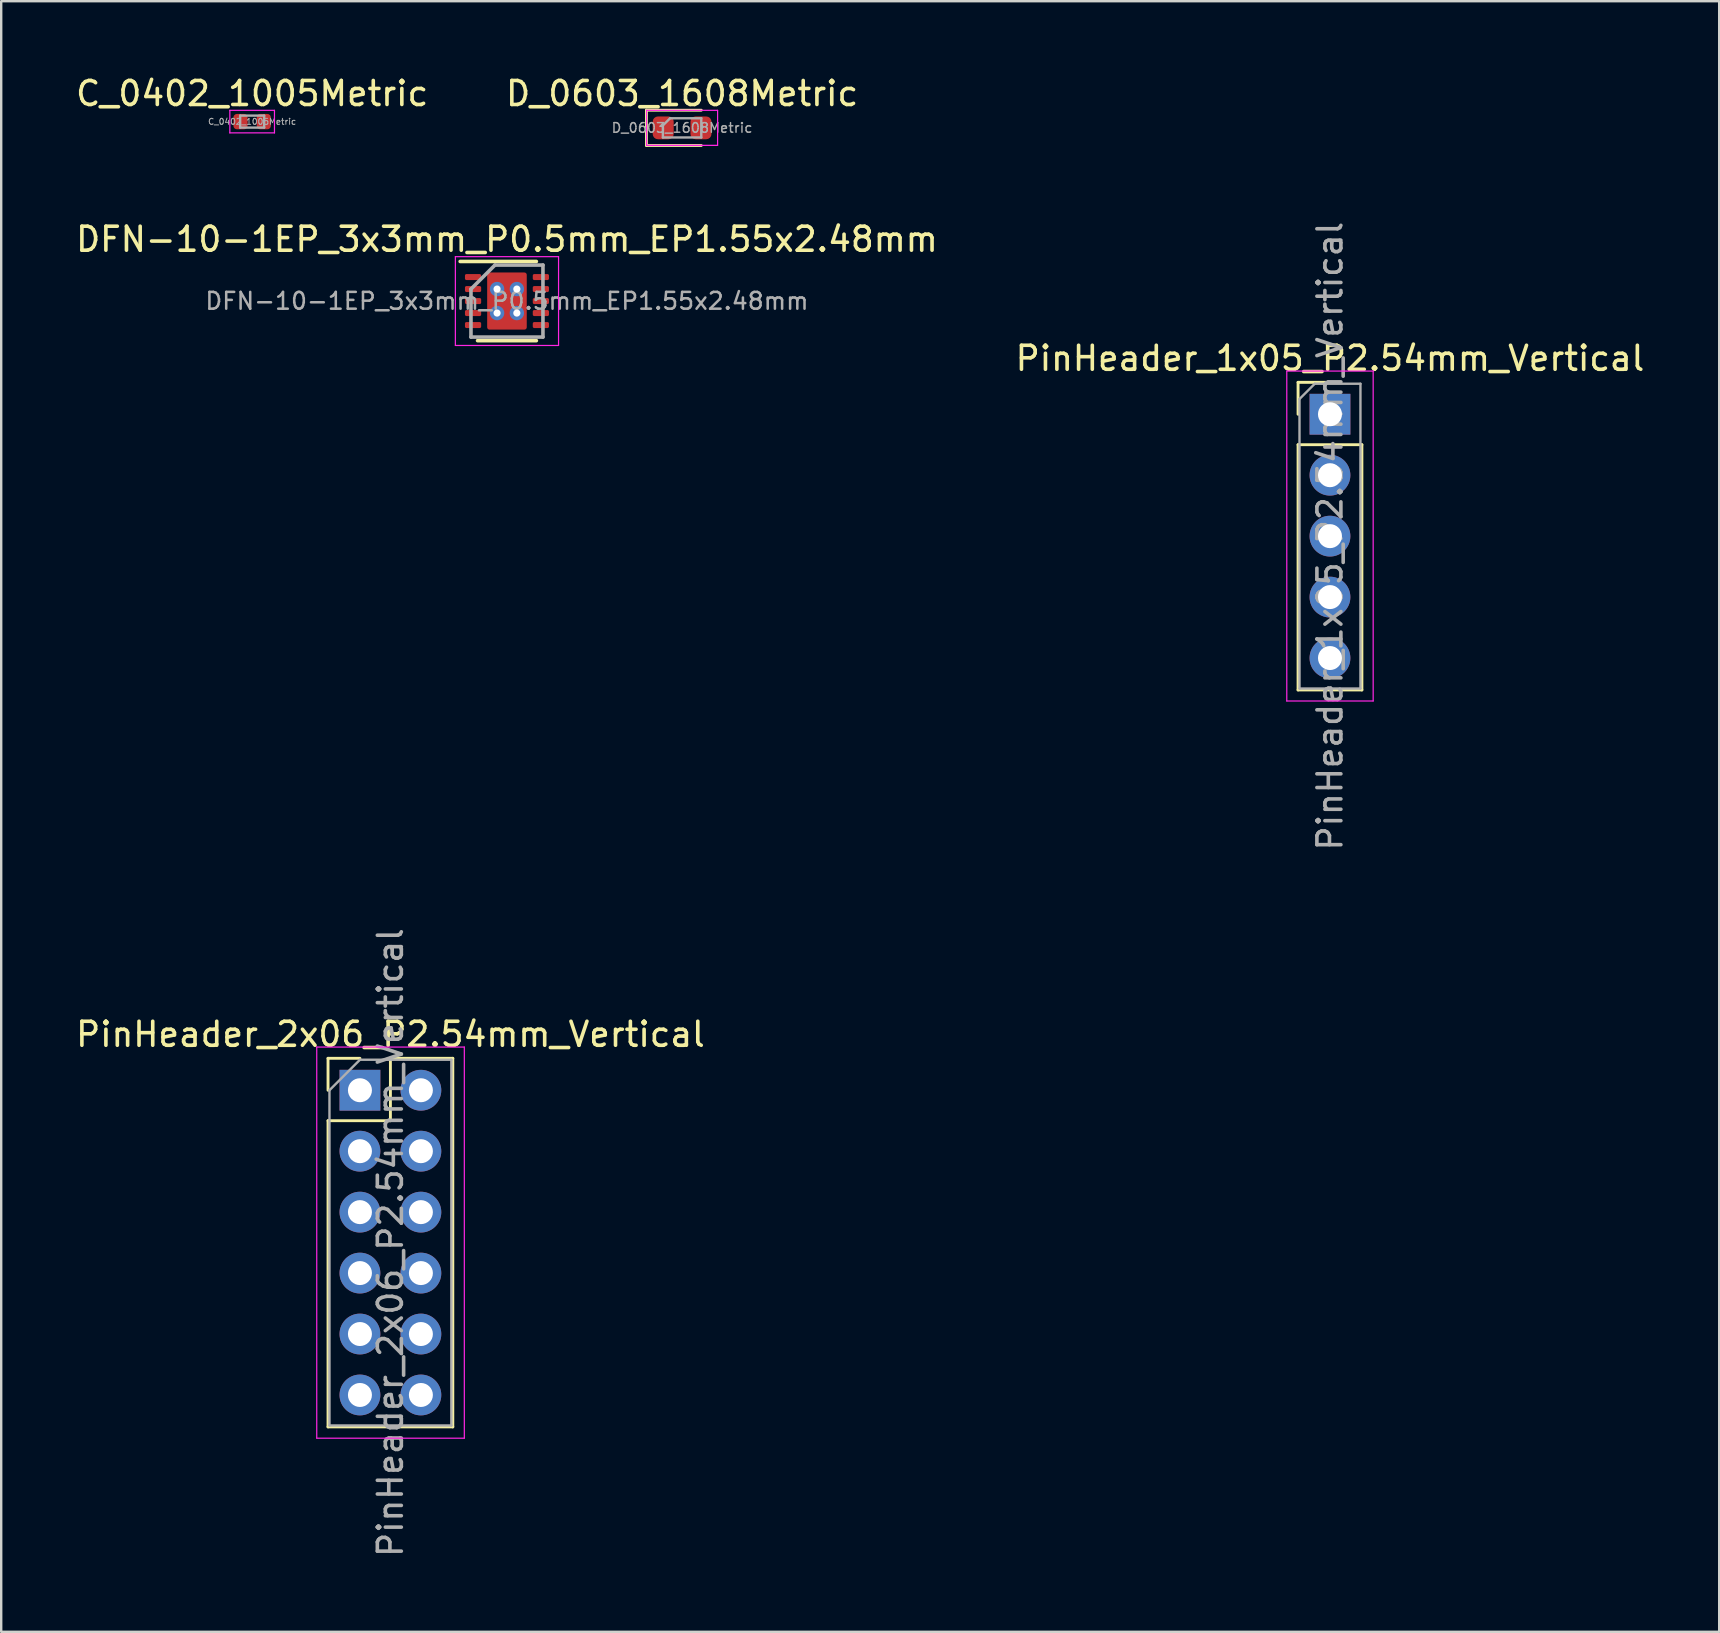
<source format=kicad_pcb>
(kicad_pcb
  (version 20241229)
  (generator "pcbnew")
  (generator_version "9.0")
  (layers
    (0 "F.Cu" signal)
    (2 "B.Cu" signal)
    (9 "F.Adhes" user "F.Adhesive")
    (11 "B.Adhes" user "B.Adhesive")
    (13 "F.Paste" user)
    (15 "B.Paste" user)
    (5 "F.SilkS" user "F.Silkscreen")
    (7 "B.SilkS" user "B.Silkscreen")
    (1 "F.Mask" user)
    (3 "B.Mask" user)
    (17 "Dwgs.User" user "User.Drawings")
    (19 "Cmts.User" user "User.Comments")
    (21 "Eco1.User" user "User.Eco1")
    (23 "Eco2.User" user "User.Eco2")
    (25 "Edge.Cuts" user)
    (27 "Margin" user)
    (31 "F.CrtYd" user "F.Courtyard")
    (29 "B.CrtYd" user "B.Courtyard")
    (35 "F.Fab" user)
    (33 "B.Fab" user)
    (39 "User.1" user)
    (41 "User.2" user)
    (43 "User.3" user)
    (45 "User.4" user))
  (footprint "DFN-10-1EP_3x3mm_P0.5mm_EP1.55x2.48mm"
    (layer "F.Cu")
    (at 18.077 9.496)
    (property "Reference" "DFN-10-1EP_3x3mm_P0.5mm_EP1.55x2.48mm" (at 0 -2.575 0) (layer "F.SilkS") (effects (font (size 1 1) (thickness 0.15))))
    (attr smd)
    (fp_line (start -1.95 -1.65) (end 1.225 -1.65) (stroke (width 0.15) (type solid)) (layer "F.SilkS"))
    (fp_line (start -1.225 1.65) (end 1.225 1.65) (stroke (width 0.15) (type solid)) (layer "F.SilkS"))
    (fp_line (start -2.15 -1.85) (end -2.15 1.85) (stroke (width 0.05) (type solid)) (layer "F.CrtYd"))
    (fp_line (start -2.15 -1.85) (end 2.15 -1.85) (stroke (width 0.05) (type solid)) (layer "F.CrtYd"))
    (fp_line (start -2.15 1.85) (end 2.15 1.85) (stroke (width 0.05) (type solid)) (layer "F.CrtYd"))
    (fp_line (start 2.15 -1.85) (end 2.15 1.85) (stroke (width 0.05) (type solid)) (layer "F.CrtYd"))
    (fp_line (start -1.5 -0.5) (end -0.5 -1.5) (stroke (width 0.15) (type solid)) (layer "F.Fab"))
    (fp_line (start -1.5 1.5) (end -1.5 -0.5) (stroke (width 0.15) (type solid)) (layer "F.Fab"))
    (fp_line (start -0.5 -1.5) (end 1.5 -1.5) (stroke (width 0.15) (type solid)) (layer "F.Fab"))
    (fp_line (start 1.5 -1.5) (end 1.5 1.5) (stroke (width 0.15) (type solid)) (layer "F.Fab"))
    (fp_line (start 1.5 1.5) (end -1.5 1.5) (stroke (width 0.15) (type solid)) (layer "F.Fab"))
    (fp_text user "${REFERENCE}" (at 0 0 0) (layer "F.Fab") (effects (font (size 0.7 0.7) (thickness 0.105))))
    (pad "" smd rect (at -0.388 -0.62) (size 0.6 1.05) (layers "F.Paste"))
    (pad "" smd rect (at -0.388 0.62) (size 0.6 1.05) (layers "F.Paste"))
    (pad "" smd rect (at 0.388 -0.62) (size 0.6 1.05) (layers "F.Paste"))
    (pad "" smd rect (at 0.388 0.62) (size 0.6 1.05) (layers "F.Paste"))
    (pad "1" smd roundrect (at -1.413 -1) (size 0.675 0.25) (layers "F.Cu" "F.Mask" "F.Paste") (roundrect_rratio 0.25))
    (pad "2" smd roundrect (at -1.413 -0.5) (size 0.675 0.25) (layers "F.Cu" "F.Mask" "F.Paste") (roundrect_rratio 0.25))
    (pad "3" smd roundrect (at -1.413 0) (size 0.675 0.25) (layers "F.Cu" "F.Mask" "F.Paste") (roundrect_rratio 0.25))
    (pad "4" smd roundrect (at -1.413 0.5) (size 0.675 0.25) (layers "F.Cu" "F.Mask" "F.Paste") (roundrect_rratio 0.25))
    (pad "5" smd roundrect (at -1.413 1) (size 0.675 0.25) (layers "F.Cu" "F.Mask" "F.Paste") (roundrect_rratio 0.25))
    (pad "6" smd roundrect (at 1.413 1) (size 0.675 0.25) (layers "F.Cu" "F.Mask" "F.Paste") (roundrect_rratio 0.25))
    (pad "7" smd roundrect (at 1.413 0.5) (size 0.675 0.25) (layers "F.Cu" "F.Mask" "F.Paste") (roundrect_rratio 0.25))
    (pad "8" smd roundrect (at 1.413 0) (size 0.675 0.25) (layers "F.Cu" "F.Mask" "F.Paste") (roundrect_rratio 0.25))
    (pad "9" smd roundrect (at 1.413 -0.5) (size 0.675 0.25) (layers "F.Cu" "F.Mask" "F.Paste") (roundrect_rratio 0.25))
    (pad "10" smd roundrect (at 1.413 -1) (size 0.675 0.25) (layers "F.Cu" "F.Mask" "F.Paste") (roundrect_rratio 0.25))
    (pad "11" thru_hole circle (at -0.412 -0.5) (size 0.6 0.6) (drill 0.3) (layers "*.Cu"))
    (pad "11" thru_hole circle (at -0.412 0.5) (size 0.6 0.6) (drill 0.3) (layers "*.Cu"))
    (pad "11" smd roundrect (at 0 0) (size 1.65 2.38) (layers "F.Cu" "F.Mask") (roundrect_rratio 0.059))
    (pad "11" thru_hole circle (at 0.412 -0.5) (size 0.6 0.6) (drill 0.3) (layers "*.Cu"))
    (pad "11" thru_hole circle (at 0.412 0.5) (size 0.6 0.6) (drill 0.3) (layers "*.Cu")))
  (footprint "PinHeader_2x06_P2.54mm_Vertical"
    (layer "F.Cu")
    (at 11.95 42.384)
    (property "Reference" "PinHeader_2x06_P2.54mm_Vertical" (at 1.27 -2.33 0) (layer "F.SilkS") (effects (font (size 1 1) (thickness 0.15))))
    (attr through_hole)
    (fp_line (start -1.33 -1.33) (end 0 -1.33) (stroke (width 0.12) (type solid)) (layer "F.SilkS"))
    (fp_line (start -1.33 0) (end -1.33 -1.33) (stroke (width 0.12) (type solid)) (layer "F.SilkS"))
    (fp_line (start -1.33 1.27) (end -1.33 14.03) (stroke (width 0.12) (type solid)) (layer "F.SilkS"))
    (fp_line (start -1.33 1.27) (end 1.27 1.27) (stroke (width 0.12) (type solid)) (layer "F.SilkS"))
    (fp_line (start -1.33 14.03) (end 3.87 14.03) (stroke (width 0.12) (type solid)) (layer "F.SilkS"))
    (fp_line (start 1.27 -1.33) (end 3.87 -1.33) (stroke (width 0.12) (type solid)) (layer "F.SilkS"))
    (fp_line (start 1.27 1.27) (end 1.27 -1.33) (stroke (width 0.12) (type solid)) (layer "F.SilkS"))
    (fp_line (start 3.87 -1.33) (end 3.87 14.03) (stroke (width 0.12) (type solid)) (layer "F.SilkS"))
    (fp_line (start -1.8 -1.8) (end -1.8 14.5) (stroke (width 0.05) (type solid)) (layer "F.CrtYd"))
    (fp_line (start -1.8 14.5) (end 4.35 14.5) (stroke (width 0.05) (type solid)) (layer "F.CrtYd"))
    (fp_line (start 4.35 -1.8) (end -1.8 -1.8) (stroke (width 0.05) (type solid)) (layer "F.CrtYd"))
    (fp_line (start 4.35 14.5) (end 4.35 -1.8) (stroke (width 0.05) (type solid)) (layer "F.CrtYd"))
    (fp_line (start -1.27 0) (end 0 -1.27) (stroke (width 0.1) (type solid)) (layer "F.Fab"))
    (fp_line (start -1.27 13.97) (end -1.27 0) (stroke (width 0.1) (type solid)) (layer "F.Fab"))
    (fp_line (start 0 -1.27) (end 3.81 -1.27) (stroke (width 0.1) (type solid)) (layer "F.Fab"))
    (fp_line (start 3.81 -1.27) (end 3.81 13.97) (stroke (width 0.1) (type solid)) (layer "F.Fab"))
    (fp_line (start 3.81 13.97) (end -1.27 13.97) (stroke (width 0.1) (type solid)) (layer "F.Fab"))
    (fp_text user "${REFERENCE}" (at 1.27 6.35 90) (layer "F.Fab") (effects (font (size 1 1) (thickness 0.15))))
    (pad "1" thru_hole rect (at 0 0) (size 1.7 1.7) (drill 1) (layers "*.Cu" "*.Mask"))
    (pad "2" thru_hole oval (at 2.54 0) (size 1.7 1.7) (drill 1) (layers "*.Cu" "*.Mask"))
    (pad "3" thru_hole oval (at 0 2.54) (size 1.7 1.7) (drill 1) (layers "*.Cu" "*.Mask"))
    (pad "4" thru_hole oval (at 2.54 2.54) (size 1.7 1.7) (drill 1) (layers "*.Cu" "*.Mask"))
    (pad "5" thru_hole oval (at 0 5.08) (size 1.7 1.7) (drill 1) (layers "*.Cu" "*.Mask"))
    (pad "6" thru_hole oval (at 2.54 5.08) (size 1.7 1.7) (drill 1) (layers "*.Cu" "*.Mask"))
    (pad "7" thru_hole oval (at 0 7.62) (size 1.7 1.7) (drill 1) (layers "*.Cu" "*.Mask"))
    (pad "8" thru_hole oval (at 2.54 7.62) (size 1.7 1.7) (drill 1) (layers "*.Cu" "*.Mask"))
    (pad "9" thru_hole oval (at 0 10.16) (size 1.7 1.7) (drill 1) (layers "*.Cu" "*.Mask"))
    (pad "10" thru_hole oval (at 2.54 10.16) (size 1.7 1.7) (drill 1) (layers "*.Cu" "*.Mask"))
    (pad "11" thru_hole oval (at 0 12.7) (size 1.7 1.7) (drill 1) (layers "*.Cu" "*.Mask"))
    (pad "12" thru_hole oval (at 2.54 12.7) (size 1.7 1.7) (drill 1) (layers "*.Cu" "*.Mask")))
  (footprint "PinHeader_1x05_P2.54mm_Vertical"
    (layer "F.Cu")
    (at 52.375 14.213)
    (property "Reference" "PinHeader_1x05_P2.54mm_Vertical" (at 0 -2.33 0) (layer "F.SilkS") (effects (font (size 1 1) (thickness 0.15))))
    (attr through_hole)
    (fp_line (start -1.33 -1.33) (end 0 -1.33) (stroke (width 0.12) (type solid)) (layer "F.SilkS"))
    (fp_line (start -1.33 0) (end -1.33 -1.33) (stroke (width 0.12) (type solid)) (layer "F.SilkS"))
    (fp_line (start -1.33 1.27) (end -1.33 11.49) (stroke (width 0.12) (type solid)) (layer "F.SilkS"))
    (fp_line (start -1.33 1.27) (end 1.33 1.27) (stroke (width 0.12) (type solid)) (layer "F.SilkS"))
    (fp_line (start -1.33 11.49) (end 1.33 11.49) (stroke (width 0.12) (type solid)) (layer "F.SilkS"))
    (fp_line (start 1.33 1.27) (end 1.33 11.49) (stroke (width 0.12) (type solid)) (layer "F.SilkS"))
    (fp_line (start -1.8 -1.8) (end -1.8 11.95) (stroke (width 0.05) (type solid)) (layer "F.CrtYd"))
    (fp_line (start -1.8 11.95) (end 1.8 11.95) (stroke (width 0.05) (type solid)) (layer "F.CrtYd"))
    (fp_line (start 1.8 -1.8) (end -1.8 -1.8) (stroke (width 0.05) (type solid)) (layer "F.CrtYd"))
    (fp_line (start 1.8 11.95) (end 1.8 -1.8) (stroke (width 0.05) (type solid)) (layer "F.CrtYd"))
    (fp_line (start -1.27 -0.635) (end -0.635 -1.27) (stroke (width 0.1) (type solid)) (layer "F.Fab"))
    (fp_line (start -1.27 11.43) (end -1.27 -0.635) (stroke (width 0.1) (type solid)) (layer "F.Fab"))
    (fp_line (start -0.635 -1.27) (end 1.27 -1.27) (stroke (width 0.1) (type solid)) (layer "F.Fab"))
    (fp_line (start 1.27 -1.27) (end 1.27 11.43) (stroke (width 0.1) (type solid)) (layer "F.Fab"))
    (fp_line (start 1.27 11.43) (end -1.27 11.43) (stroke (width 0.1) (type solid)) (layer "F.Fab"))
    (fp_text user "${REFERENCE}" (at 0 5.08 90) (layer "F.Fab") (effects (font (size 1 1) (thickness 0.15))))
    (pad "1" thru_hole rect (at 0 0) (size 1.7 1.7) (drill 1) (layers "*.Cu" "*.Mask"))
    (pad "2" thru_hole oval (at 0 2.54) (size 1.7 1.7) (drill 1) (layers "*.Cu" "*.Mask"))
    (pad "3" thru_hole oval (at 0 5.08) (size 1.7 1.7) (drill 1) (layers "*.Cu" "*.Mask"))
    (pad "4" thru_hole oval (at 0 7.62) (size 1.7 1.7) (drill 1) (layers "*.Cu" "*.Mask"))
    (pad "5" thru_hole oval (at 0 10.16) (size 1.7 1.7) (drill 1) (layers "*.Cu" "*.Mask")))
  (footprint "D_0603_1608Metric"
    (layer "F.Cu")
    (at 25.375 2.278)
    (property "Reference" "D_0603_1608Metric" (at 0 -1.43 0) (layer "F.SilkS") (effects (font (size 1 1) (thickness 0.15))))
    (attr smd)
    (fp_line (start -1.485 -0.735) (end -1.485 0.735) (stroke (width 0.12) (type solid)) (layer "F.SilkS"))
    (fp_line (start -1.485 0.735) (end 0.8 0.735) (stroke (width 0.12) (type solid)) (layer "F.SilkS"))
    (fp_line (start 0.8 -0.735) (end -1.485 -0.735) (stroke (width 0.12) (type solid)) (layer "F.SilkS"))
    (fp_line (start -1.48 -0.73) (end 1.48 -0.73) (stroke (width 0.05) (type solid)) (layer "F.CrtYd"))
    (fp_line (start -1.48 0.73) (end -1.48 -0.73) (stroke (width 0.05) (type solid)) (layer "F.CrtYd"))
    (fp_line (start 1.48 -0.73) (end 1.48 0.73) (stroke (width 0.05) (type solid)) (layer "F.CrtYd"))
    (fp_line (start 1.48 0.73) (end -1.48 0.73) (stroke (width 0.05) (type solid)) (layer "F.CrtYd"))
    (fp_line (start -0.8 -0.1) (end -0.8 0.4) (stroke (width 0.1) (type solid)) (layer "F.Fab"))
    (fp_line (start -0.8 0.4) (end 0.8 0.4) (stroke (width 0.1) (type solid)) (layer "F.Fab"))
    (fp_line (start -0.5 -0.4) (end -0.8 -0.1) (stroke (width 0.1) (type solid)) (layer "F.Fab"))
    (fp_line (start 0.8 -0.4) (end -0.5 -0.4) (stroke (width 0.1) (type solid)) (layer "F.Fab"))
    (fp_line (start 0.8 0.4) (end 0.8 -0.4) (stroke (width 0.1) (type solid)) (layer "F.Fab"))
    (fp_text user "${REFERENCE}" (at 0 0 0) (layer "F.Fab") (effects (font (size 0.4 0.4) (thickness 0.06))))
    (pad "1" smd roundrect (at -0.787 0) (size 0.875 0.95) (layers "F.Cu" "F.Mask" "F.Paste") (roundrect_rratio 0.25))
    (pad "2" smd roundrect (at 0.787 0) (size 0.875 0.95) (layers "F.Cu" "F.Mask" "F.Paste") (roundrect_rratio 0.25)))
  (footprint "C_0402_1005Metric"
    (layer "F.Cu")
    (at 7.458 2.018)
    (property "Reference" "C_0402_1005Metric" (at 0 -1.17 0) (layer "F.SilkS") (effects (font (size 1 1) (thickness 0.15))))
    (attr smd)
    (fp_line (start -0.93 -0.47) (end 0.93 -0.47) (stroke (width 0.05) (type solid)) (layer "F.CrtYd"))
    (fp_line (start -0.93 0.47) (end -0.93 -0.47) (stroke (width 0.05) (type solid)) (layer "F.CrtYd"))
    (fp_line (start 0.93 -0.47) (end 0.93 0.47) (stroke (width 0.05) (type solid)) (layer "F.CrtYd"))
    (fp_line (start 0.93 0.47) (end -0.93 0.47) (stroke (width 0.05) (type solid)) (layer "F.CrtYd"))
    (fp_line (start -0.5 -0.25) (end 0.5 -0.25) (stroke (width 0.1) (type solid)) (layer "F.Fab"))
    (fp_line (start -0.5 0.25) (end -0.5 -0.25) (stroke (width 0.1) (type solid)) (layer "F.Fab"))
    (fp_line (start 0.5 -0.25) (end 0.5 0.25) (stroke (width 0.1) (type solid)) (layer "F.Fab"))
    (fp_line (start 0.5 0.25) (end -0.5 0.25) (stroke (width 0.1) (type solid)) (layer "F.Fab"))
    (fp_text user "${REFERENCE}" (at 0 0 0) (layer "F.Fab") (effects (font (size 0.25 0.25) (thickness 0.04))))
    (pad "1" smd roundrect (at -0.485 0) (size 0.59 0.64) (layers "F.Cu" "F.Mask" "F.Paste") (roundrect_rratio 0.25))
    (pad "2" smd roundrect (at 0.485 0) (size 0.59 0.64) (layers "F.Cu" "F.Mask" "F.Paste") (roundrect_rratio 0.25)))
  (gr_rect
    (start -3 -3)
    (end 68.595 64.954)
    (stroke (width 0.1) (type default))
    (fill no)
    (layer "Edge.Cuts")))
</source>
